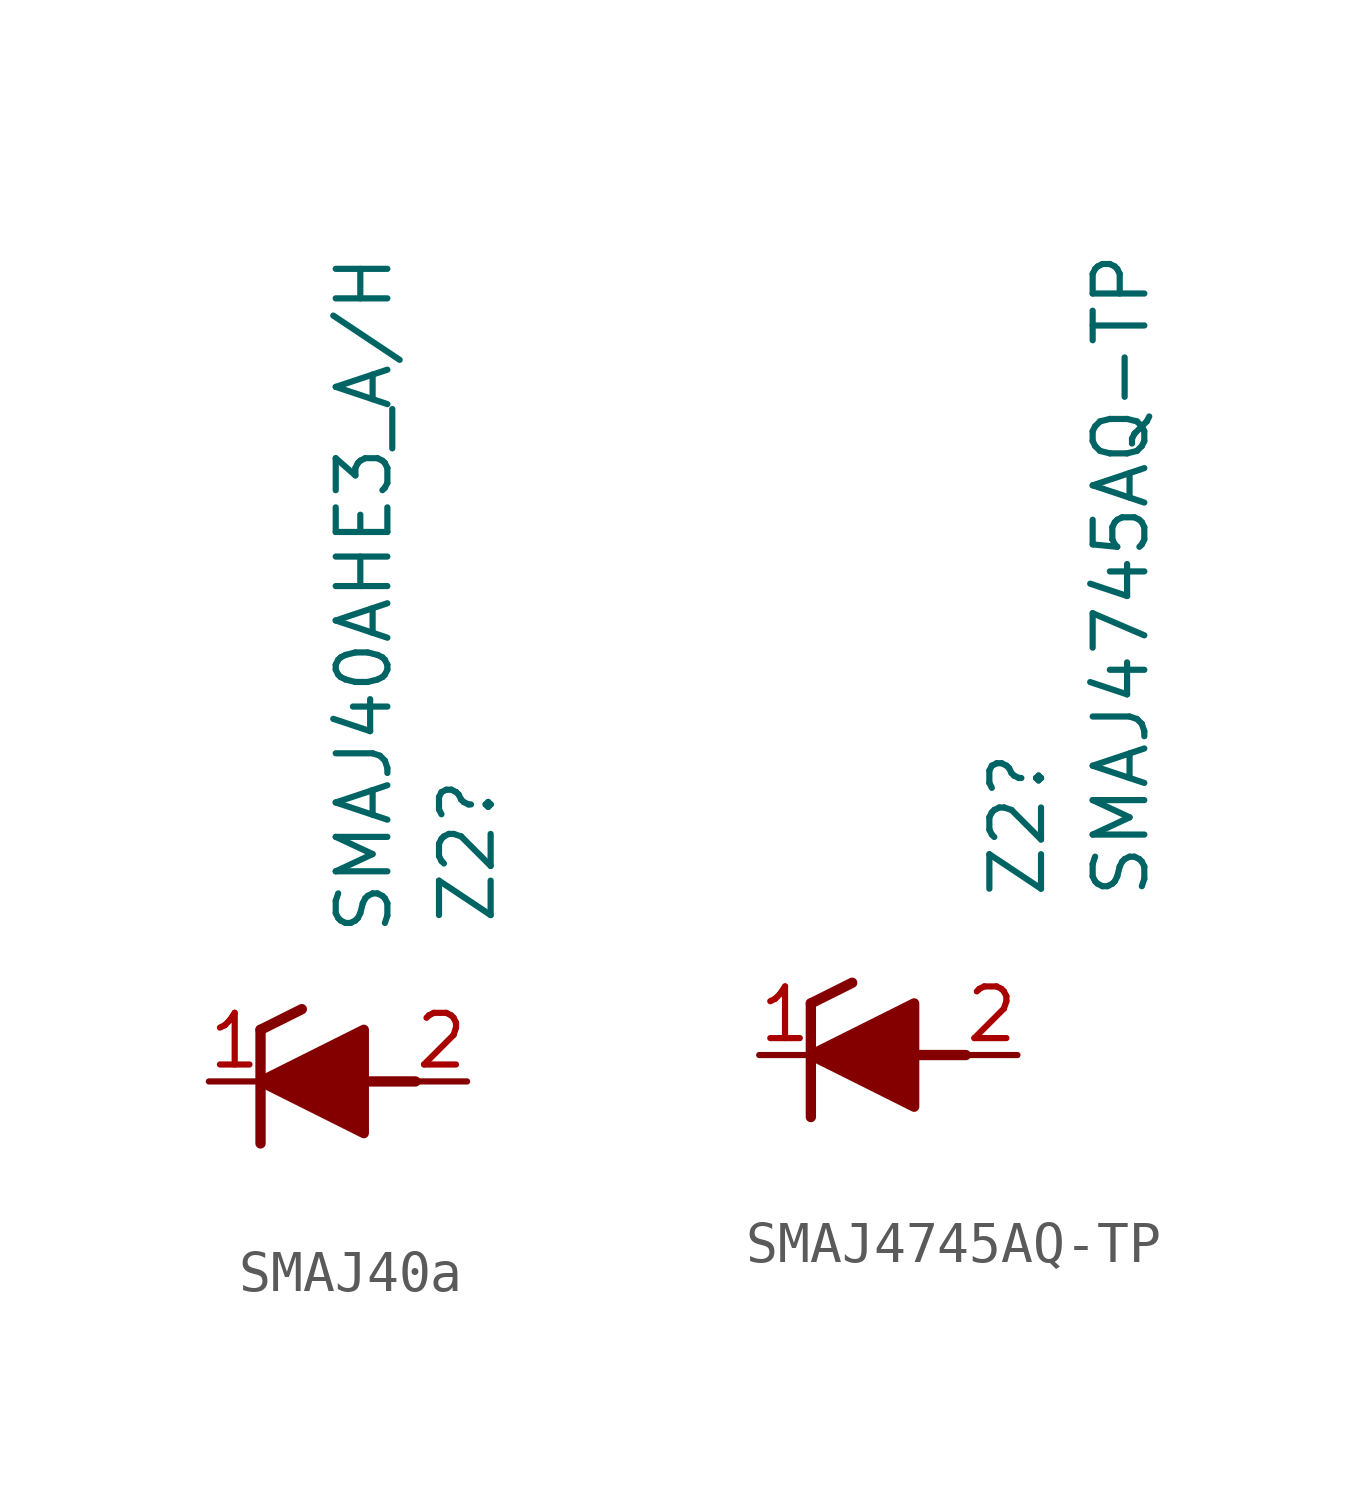
<source format=kicad_sym>
(kicad_symbol_lib
  (version 20231120)
  (generator "kicad_symbol_editor")
  (generator_version "8.0")
  (symbol "SMAJ40a"
    (pin_names hide)
    (property "Reference" "Z2"
      (at 6.35 3.81 90)
      (effects (font (size 1.27 1.27)) (justify left)))
    (property "Value" "SMAJ40AHE3_A/H"
      (at 3.81 3.556 90)
      (effects (font (size 1.27 1.27)) (justify left)))
    (symbol "SMAJ40a_1_1"
      (polyline (pts (xy 1.27 1.27) (xy 1.27 -1.524)) (stroke (width 0.254) (type default)) (fill (type none)))
      (polyline (pts (xy 1.27 1.27) (xy 2.286 1.778)) (stroke (width 0.254) (type default)) (fill (type none)))
      (polyline (pts (xy 2.54 0) (xy 5.08 0)) (stroke (width 0.254) (type default)) (fill (type none)))
      (polyline (pts (xy 1.27 0) (xy 3.81 1.27) (xy 3.81 -1.27) (xy 1.27 0)) (stroke (width 0.254) (type default)) (fill (type outline)))
      (pin passive line (at 0 0 0) (length 1.27) (name "K" (effects (font (size 1.27 1.27)))) (number "1" (effects (font (size 1.27 1.27)))))
      (pin passive line (at 6.35 0 180) (length 1.27) (name "A" (effects (font (size 1.27 1.27)))) (number "2" (effects (font (size 1.27 1.27)))))))
  (symbol "SMAJ4745AQ-TP"
    (pin_names hide)
    (property "Reference" "Z2"
      (at 6.35 3.81 90)
      (effects (font (size 1.27 1.27)) (justify left)))
    (property "Value" "SMAJ4745AQ-TP"
      (at 8.89 3.81 90)
      (effects (font (size 1.27 1.27)) (justify left)))
    (symbol "SMAJ4745AQ-TP_1_1"
      (polyline (pts (xy 1.27 1.27) (xy 1.27 -1.524)) (stroke (width 0.254) (type default)) (fill (type none)))
      (polyline (pts (xy 1.27 1.27) (xy 2.286 1.778)) (stroke (width 0.254) (type default)) (fill (type none)))
      (polyline (pts (xy 2.54 0) (xy 5.08 0)) (stroke (width 0.254) (type default)) (fill (type none)))
      (polyline (pts (xy 1.27 0) (xy 3.81 1.27) (xy 3.81 -1.27) (xy 1.27 0)) (stroke (width 0.254) (type default)) (fill (type outline)))
      (pin passive line (at 0 0 0) (length 1.27) (name "K" (effects (font (size 1.27 1.27)))) (number "1" (effects (font (size 1.27 1.27)))))
      (pin passive line (at 6.35 0 180) (length 1.27) (name "A" (effects (font (size 1.27 1.27)))) (number "2" (effects (font (size 1.27 1.27))))))))
</source>
